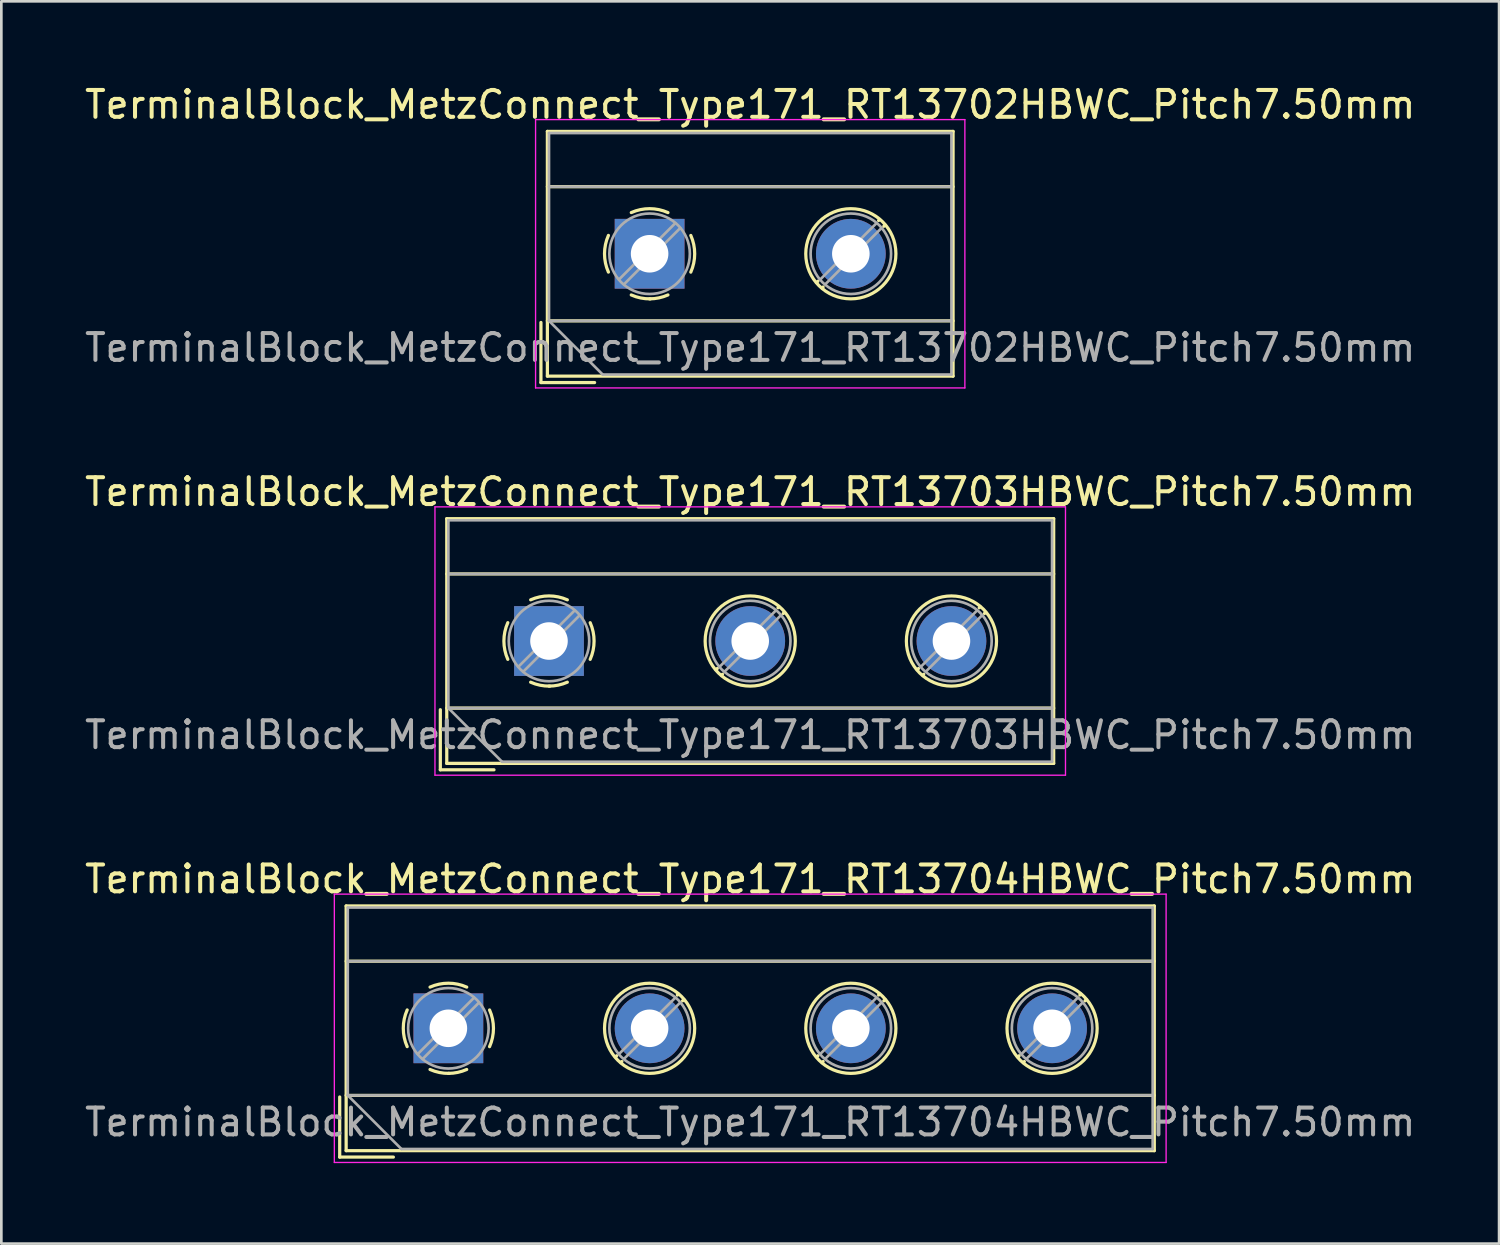
<source format=kicad_pcb>
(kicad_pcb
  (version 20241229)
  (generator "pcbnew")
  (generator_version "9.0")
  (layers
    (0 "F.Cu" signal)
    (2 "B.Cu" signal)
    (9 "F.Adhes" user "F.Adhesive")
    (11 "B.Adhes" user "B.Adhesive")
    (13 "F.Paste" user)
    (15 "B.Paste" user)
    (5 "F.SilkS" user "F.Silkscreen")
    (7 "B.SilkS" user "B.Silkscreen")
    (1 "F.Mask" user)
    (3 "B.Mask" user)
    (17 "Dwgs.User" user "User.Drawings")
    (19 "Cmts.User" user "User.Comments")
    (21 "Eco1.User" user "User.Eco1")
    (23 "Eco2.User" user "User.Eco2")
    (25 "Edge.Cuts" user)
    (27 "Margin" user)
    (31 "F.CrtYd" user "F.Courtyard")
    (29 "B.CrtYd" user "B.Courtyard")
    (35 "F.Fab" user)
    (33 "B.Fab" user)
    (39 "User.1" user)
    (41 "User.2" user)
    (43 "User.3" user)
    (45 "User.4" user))
  (footprint "TerminalBlock_MetzConnect_Type171_RT13704HBWC_Pitch7.50mm"
    (layer "F.Cu")
    (at 13.661 35.275)
    (property "Reference" "TerminalBlock_MetzConnect_Type171_RT13704HBWC_Pitch7.50mm" (at 11.25 -5.56 0) (layer "F.SilkS") (effects (font (size 1 1) (thickness 0.15))))
    (attr through_hole)
    (fp_line (start -4.05 2.56) (end -4.05 4.8) (stroke (width 0.12) (type solid)) (layer "F.SilkS"))
    (fp_line (start -4.05 4.8) (end -2.05 4.8) (stroke (width 0.12) (type solid)) (layer "F.SilkS"))
    (fp_line (start -3.81 -4.56) (end -3.81 4.56) (stroke (width 0.12) (type solid)) (layer "F.SilkS"))
    (fp_line (start -3.81 -2.5) (end 26.31 -2.5) (stroke (width 0.12) (type solid)) (layer "F.SilkS"))
    (fp_line (start -3.81 2.5) (end 26.31 2.5) (stroke (width 0.12) (type solid)) (layer "F.SilkS"))
    (fp_line (start -3.81 4.56) (end 26.31 4.56) (stroke (width 0.12) (type solid)) (layer "F.SilkS"))
    (fp_line (start 6.273 1.023) (end 6.226 1.069) (stroke (width 0.12) (type solid)) (layer "F.SilkS"))
    (fp_line (start 6.466 1.239) (end 6.431 1.274) (stroke (width 0.12) (type solid)) (layer "F.SilkS"))
    (fp_line (start 8.57 -1.275) (end 8.535 -1.239) (stroke (width 0.12) (type solid)) (layer "F.SilkS"))
    (fp_line (start 8.775 -1.069) (end 8.728 -1.023) (stroke (width 0.12) (type solid)) (layer "F.SilkS"))
    (fp_line (start 13.773 1.023) (end 13.726 1.069) (stroke (width 0.12) (type solid)) (layer "F.SilkS"))
    (fp_line (start 13.966 1.239) (end 13.931 1.274) (stroke (width 0.12) (type solid)) (layer "F.SilkS"))
    (fp_line (start 16.07 -1.275) (end 16.035 -1.239) (stroke (width 0.12) (type solid)) (layer "F.SilkS"))
    (fp_line (start 16.275 -1.069) (end 16.228 -1.023) (stroke (width 0.12) (type solid)) (layer "F.SilkS"))
    (fp_line (start 21.273 1.023) (end 21.226 1.069) (stroke (width 0.12) (type solid)) (layer "F.SilkS"))
    (fp_line (start 21.466 1.239) (end 21.431 1.274) (stroke (width 0.12) (type solid)) (layer "F.SilkS"))
    (fp_line (start 23.57 -1.275) (end 23.535 -1.239) (stroke (width 0.12) (type solid)) (layer "F.SilkS"))
    (fp_line (start 23.775 -1.069) (end 23.728 -1.023) (stroke (width 0.12) (type solid)) (layer "F.SilkS"))
    (fp_line (start 26.31 -4.56) (end -3.81 -4.56) (stroke (width 0.12) (type solid)) (layer "F.SilkS"))
    (fp_line (start 26.31 4.56) (end 26.31 -4.56) (stroke (width 0.12) (type solid)) (layer "F.SilkS"))
    (fp_arc (start -1.535427 0.683042) (mid -1.680501 -0.000524) (end -1.535 -0.684) (stroke (width 0.12) (type solid)) (layer "F.SilkS"))
    (fp_arc (start -0.683042 -1.535427) (mid 0.000524 -1.680501) (end 0.684 -1.535) (stroke (width 0.12) (type solid)) (layer "F.SilkS"))
    (fp_arc (start 0.028805 1.680253) (mid -0.335551 1.646659) (end -0.684 1.535) (stroke (width 0.12) (type solid)) (layer "F.SilkS"))
    (fp_arc (start 0.683318 1.534756) (mid 0.349292 1.643288) (end 0 1.68) (stroke (width 0.12) (type solid)) (layer "F.SilkS"))
    (fp_arc (start 1.535427 -0.683042) (mid 1.680501 0.000524) (end 1.535 0.684) (stroke (width 0.12) (type solid)) (layer "F.SilkS"))
    (fp_circle (center 7.5 0) (end 9.18 0) (stroke (width 0.12) (type solid)) (fill no) (layer "F.SilkS"))
    (fp_circle (center 15 0) (end 16.68 0) (stroke (width 0.12) (type solid)) (fill no) (layer "F.SilkS"))
    (fp_circle (center 22.5 0) (end 24.18 0) (stroke (width 0.12) (type solid)) (fill no) (layer "F.SilkS"))
    (fp_line (start -4.25 -5) (end -4.25 5) (stroke (width 0.05) (type solid)) (layer "F.CrtYd"))
    (fp_line (start -4.25 5) (end 26.75 5) (stroke (width 0.05) (type solid)) (layer "F.CrtYd"))
    (fp_line (start 26.75 -5) (end -4.25 -5) (stroke (width 0.05) (type solid)) (layer "F.CrtYd"))
    (fp_line (start 26.75 5) (end 26.75 -5) (stroke (width 0.05) (type solid)) (layer "F.CrtYd"))
    (fp_line (start -3.75 -4.5) (end 26.25 -4.5) (stroke (width 0.1) (type solid)) (layer "F.Fab"))
    (fp_line (start -3.75 -2.5) (end 26.25 -2.5) (stroke (width 0.1) (type solid)) (layer "F.Fab"))
    (fp_line (start -3.75 2.5) (end -3.75 -4.5) (stroke (width 0.1) (type solid)) (layer "F.Fab"))
    (fp_line (start -3.75 2.5) (end 26.25 2.5) (stroke (width 0.1) (type solid)) (layer "F.Fab"))
    (fp_line (start -1.75 4.5) (end -3.75 2.5) (stroke (width 0.1) (type solid)) (layer "F.Fab"))
    (fp_line (start 0.955 -1.138) (end -1.138 0.955) (stroke (width 0.1) (type solid)) (layer "F.Fab"))
    (fp_line (start 1.138 -0.955) (end -0.955 1.138) (stroke (width 0.1) (type solid)) (layer "F.Fab"))
    (fp_line (start 8.455 -1.138) (end 6.363 0.955) (stroke (width 0.1) (type solid)) (layer "F.Fab"))
    (fp_line (start 8.638 -0.955) (end 6.546 1.138) (stroke (width 0.1) (type solid)) (layer "F.Fab"))
    (fp_line (start 15.955 -1.138) (end 13.863 0.955) (stroke (width 0.1) (type solid)) (layer "F.Fab"))
    (fp_line (start 16.138 -0.955) (end 14.046 1.138) (stroke (width 0.1) (type solid)) (layer "F.Fab"))
    (fp_line (start 23.455 -1.138) (end 21.363 0.955) (stroke (width 0.1) (type solid)) (layer "F.Fab"))
    (fp_line (start 23.638 -0.955) (end 21.546 1.138) (stroke (width 0.1) (type solid)) (layer "F.Fab"))
    (fp_line (start 26.25 -4.5) (end 26.25 4.5) (stroke (width 0.1) (type solid)) (layer "F.Fab"))
    (fp_line (start 26.25 4.5) (end -1.75 4.5) (stroke (width 0.1) (type solid)) (layer "F.Fab"))
    (fp_circle (center 0 0) (end 1.5 0) (stroke (width 0.1) (type solid)) (fill no) (layer "F.Fab"))
    (fp_circle (center 7.5 0) (end 9 0) (stroke (width 0.1) (type solid)) (fill no) (layer "F.Fab"))
    (fp_circle (center 15 0) (end 16.5 0) (stroke (width 0.1) (type solid)) (fill no) (layer "F.Fab"))
    (fp_circle (center 22.5 0) (end 24 0) (stroke (width 0.1) (type solid)) (fill no) (layer "F.Fab"))
    (fp_text user "${REFERENCE}" (at 11.25 3.5 0) (layer "F.Fab") (effects (font (size 1 1) (thickness 0.15))))
    (pad "1" thru_hole rect (at 0 0) (size 2.6 2.6) (drill 1.4) (layers "*.Cu" "*.Mask"))
    (pad "2" thru_hole circle (at 7.5 0) (size 2.6 2.6) (drill 1.4) (layers "*.Cu" "*.Mask"))
    (pad "3" thru_hole circle (at 15 0) (size 2.6 2.6) (drill 1.4) (layers "*.Cu" "*.Mask"))
    (pad "4" thru_hole circle (at 22.5 0) (size 2.6 2.6) (drill 1.4) (layers "*.Cu" "*.Mask")))
  (footprint "TerminalBlock_MetzConnect_Type171_RT13702HBWC_Pitch7.50mm"
    (layer "F.Cu")
    (at 21.161 6.408)
    (property "Reference" "TerminalBlock_MetzConnect_Type171_RT13702HBWC_Pitch7.50mm" (at 3.75 -5.56 0) (layer "F.SilkS") (effects (font (size 1 1) (thickness 0.15))))
    (attr through_hole)
    (fp_line (start -4.05 2.56) (end -4.05 4.8) (stroke (width 0.12) (type solid)) (layer "F.SilkS"))
    (fp_line (start -4.05 4.8) (end -2.05 4.8) (stroke (width 0.12) (type solid)) (layer "F.SilkS"))
    (fp_line (start -3.81 -4.56) (end -3.81 4.56) (stroke (width 0.12) (type solid)) (layer "F.SilkS"))
    (fp_line (start -3.81 -2.5) (end 11.31 -2.5) (stroke (width 0.12) (type solid)) (layer "F.SilkS"))
    (fp_line (start -3.81 2.5) (end 11.31 2.5) (stroke (width 0.12) (type solid)) (layer "F.SilkS"))
    (fp_line (start -3.81 4.56) (end 11.31 4.56) (stroke (width 0.12) (type solid)) (layer "F.SilkS"))
    (fp_line (start 6.273 1.023) (end 6.226 1.069) (stroke (width 0.12) (type solid)) (layer "F.SilkS"))
    (fp_line (start 6.466 1.239) (end 6.431 1.274) (stroke (width 0.12) (type solid)) (layer "F.SilkS"))
    (fp_line (start 8.57 -1.275) (end 8.535 -1.239) (stroke (width 0.12) (type solid)) (layer "F.SilkS"))
    (fp_line (start 8.775 -1.069) (end 8.728 -1.023) (stroke (width 0.12) (type solid)) (layer "F.SilkS"))
    (fp_line (start 11.31 -4.56) (end -3.81 -4.56) (stroke (width 0.12) (type solid)) (layer "F.SilkS"))
    (fp_line (start 11.31 4.56) (end 11.31 -4.56) (stroke (width 0.12) (type solid)) (layer "F.SilkS"))
    (fp_arc (start -1.535427 0.683042) (mid -1.680501 -0.000524) (end -1.535 -0.684) (stroke (width 0.12) (type solid)) (layer "F.SilkS"))
    (fp_arc (start -0.683042 -1.535427) (mid 0.000524 -1.680501) (end 0.684 -1.535) (stroke (width 0.12) (type solid)) (layer "F.SilkS"))
    (fp_arc (start 0.028805 1.680253) (mid -0.335551 1.646659) (end -0.684 1.535) (stroke (width 0.12) (type solid)) (layer "F.SilkS"))
    (fp_arc (start 0.683318 1.534756) (mid 0.349292 1.643288) (end 0 1.68) (stroke (width 0.12) (type solid)) (layer "F.SilkS"))
    (fp_arc (start 1.535427 -0.683042) (mid 1.680501 0.000524) (end 1.535 0.684) (stroke (width 0.12) (type solid)) (layer "F.SilkS"))
    (fp_circle (center 7.5 0) (end 9.18 0) (stroke (width 0.12) (type solid)) (fill no) (layer "F.SilkS"))
    (fp_line (start -4.25 -5) (end -4.25 5) (stroke (width 0.05) (type solid)) (layer "F.CrtYd"))
    (fp_line (start -4.25 5) (end 11.75 5) (stroke (width 0.05) (type solid)) (layer "F.CrtYd"))
    (fp_line (start 11.75 -5) (end -4.25 -5) (stroke (width 0.05) (type solid)) (layer "F.CrtYd"))
    (fp_line (start 11.75 5) (end 11.75 -5) (stroke (width 0.05) (type solid)) (layer "F.CrtYd"))
    (fp_line (start -3.75 -4.5) (end 11.25 -4.5) (stroke (width 0.1) (type solid)) (layer "F.Fab"))
    (fp_line (start -3.75 -2.5) (end 11.25 -2.5) (stroke (width 0.1) (type solid)) (layer "F.Fab"))
    (fp_line (start -3.75 2.5) (end -3.75 -4.5) (stroke (width 0.1) (type solid)) (layer "F.Fab"))
    (fp_line (start -3.75 2.5) (end 11.25 2.5) (stroke (width 0.1) (type solid)) (layer "F.Fab"))
    (fp_line (start -1.75 4.5) (end -3.75 2.5) (stroke (width 0.1) (type solid)) (layer "F.Fab"))
    (fp_line (start 0.955 -1.138) (end -1.138 0.955) (stroke (width 0.1) (type solid)) (layer "F.Fab"))
    (fp_line (start 1.138 -0.955) (end -0.955 1.138) (stroke (width 0.1) (type solid)) (layer "F.Fab"))
    (fp_line (start 8.455 -1.138) (end 6.363 0.955) (stroke (width 0.1) (type solid)) (layer "F.Fab"))
    (fp_line (start 8.638 -0.955) (end 6.546 1.138) (stroke (width 0.1) (type solid)) (layer "F.Fab"))
    (fp_line (start 11.25 -4.5) (end 11.25 4.5) (stroke (width 0.1) (type solid)) (layer "F.Fab"))
    (fp_line (start 11.25 4.5) (end -1.75 4.5) (stroke (width 0.1) (type solid)) (layer "F.Fab"))
    (fp_circle (center 0 0) (end 1.5 0) (stroke (width 0.1) (type solid)) (fill no) (layer "F.Fab"))
    (fp_circle (center 7.5 0) (end 9 0) (stroke (width 0.1) (type solid)) (fill no) (layer "F.Fab"))
    (fp_text user "${REFERENCE}" (at 3.75 3.5 0) (layer "F.Fab") (effects (font (size 1 1) (thickness 0.15))))
    (pad "1" thru_hole rect (at 0 0) (size 2.6 2.6) (drill 1.4) (layers "*.Cu" "*.Mask"))
    (pad "2" thru_hole circle (at 7.5 0) (size 2.6 2.6) (drill 1.4) (layers "*.Cu" "*.Mask")))
  (footprint "TerminalBlock_MetzConnect_Type171_RT13703HBWC_Pitch7.50mm"
    (layer "F.Cu")
    (at 17.411 20.841)
    (property "Reference" "TerminalBlock_MetzConnect_Type171_RT13703HBWC_Pitch7.50mm" (at 7.5 -5.56 0) (layer "F.SilkS") (effects (font (size 1 1) (thickness 0.15))))
    (attr through_hole)
    (fp_line (start -4.05 2.56) (end -4.05 4.8) (stroke (width 0.12) (type solid)) (layer "F.SilkS"))
    (fp_line (start -4.05 4.8) (end -2.05 4.8) (stroke (width 0.12) (type solid)) (layer "F.SilkS"))
    (fp_line (start -3.81 -4.56) (end -3.81 4.56) (stroke (width 0.12) (type solid)) (layer "F.SilkS"))
    (fp_line (start -3.81 -2.5) (end 18.81 -2.5) (stroke (width 0.12) (type solid)) (layer "F.SilkS"))
    (fp_line (start -3.81 2.5) (end 18.81 2.5) (stroke (width 0.12) (type solid)) (layer "F.SilkS"))
    (fp_line (start -3.81 4.56) (end 18.81 4.56) (stroke (width 0.12) (type solid)) (layer "F.SilkS"))
    (fp_line (start 6.273 1.023) (end 6.226 1.069) (stroke (width 0.12) (type solid)) (layer "F.SilkS"))
    (fp_line (start 6.466 1.239) (end 6.431 1.274) (stroke (width 0.12) (type solid)) (layer "F.SilkS"))
    (fp_line (start 8.57 -1.275) (end 8.535 -1.239) (stroke (width 0.12) (type solid)) (layer "F.SilkS"))
    (fp_line (start 8.775 -1.069) (end 8.728 -1.023) (stroke (width 0.12) (type solid)) (layer "F.SilkS"))
    (fp_line (start 13.773 1.023) (end 13.726 1.069) (stroke (width 0.12) (type solid)) (layer "F.SilkS"))
    (fp_line (start 13.966 1.239) (end 13.931 1.274) (stroke (width 0.12) (type solid)) (layer "F.SilkS"))
    (fp_line (start 16.07 -1.275) (end 16.035 -1.239) (stroke (width 0.12) (type solid)) (layer "F.SilkS"))
    (fp_line (start 16.275 -1.069) (end 16.228 -1.023) (stroke (width 0.12) (type solid)) (layer "F.SilkS"))
    (fp_line (start 18.81 -4.56) (end -3.81 -4.56) (stroke (width 0.12) (type solid)) (layer "F.SilkS"))
    (fp_line (start 18.81 4.56) (end 18.81 -4.56) (stroke (width 0.12) (type solid)) (layer "F.SilkS"))
    (fp_arc (start -1.535427 0.683042) (mid -1.680501 -0.000524) (end -1.535 -0.684) (stroke (width 0.12) (type solid)) (layer "F.SilkS"))
    (fp_arc (start -0.683042 -1.535427) (mid 0.000524 -1.680501) (end 0.684 -1.535) (stroke (width 0.12) (type solid)) (layer "F.SilkS"))
    (fp_arc (start 0.028805 1.680253) (mid -0.335551 1.646659) (end -0.684 1.535) (stroke (width 0.12) (type solid)) (layer "F.SilkS"))
    (fp_arc (start 0.683318 1.534756) (mid 0.349292 1.643288) (end 0 1.68) (stroke (width 0.12) (type solid)) (layer "F.SilkS"))
    (fp_arc (start 1.535427 -0.683042) (mid 1.680501 0.000524) (end 1.535 0.684) (stroke (width 0.12) (type solid)) (layer "F.SilkS"))
    (fp_circle (center 7.5 0) (end 9.18 0) (stroke (width 0.12) (type solid)) (fill no) (layer "F.SilkS"))
    (fp_circle (center 15 0) (end 16.68 0) (stroke (width 0.12) (type solid)) (fill no) (layer "F.SilkS"))
    (fp_line (start -4.25 -5) (end -4.25 5) (stroke (width 0.05) (type solid)) (layer "F.CrtYd"))
    (fp_line (start -4.25 5) (end 19.25 5) (stroke (width 0.05) (type solid)) (layer "F.CrtYd"))
    (fp_line (start 19.25 -5) (end -4.25 -5) (stroke (width 0.05) (type solid)) (layer "F.CrtYd"))
    (fp_line (start 19.25 5) (end 19.25 -5) (stroke (width 0.05) (type solid)) (layer "F.CrtYd"))
    (fp_line (start -3.75 -4.5) (end 18.75 -4.5) (stroke (width 0.1) (type solid)) (layer "F.Fab"))
    (fp_line (start -3.75 -2.5) (end 18.75 -2.5) (stroke (width 0.1) (type solid)) (layer "F.Fab"))
    (fp_line (start -3.75 2.5) (end -3.75 -4.5) (stroke (width 0.1) (type solid)) (layer "F.Fab"))
    (fp_line (start -3.75 2.5) (end 18.75 2.5) (stroke (width 0.1) (type solid)) (layer "F.Fab"))
    (fp_line (start -1.75 4.5) (end -3.75 2.5) (stroke (width 0.1) (type solid)) (layer "F.Fab"))
    (fp_line (start 0.955 -1.138) (end -1.138 0.955) (stroke (width 0.1) (type solid)) (layer "F.Fab"))
    (fp_line (start 1.138 -0.955) (end -0.955 1.138) (stroke (width 0.1) (type solid)) (layer "F.Fab"))
    (fp_line (start 8.455 -1.138) (end 6.363 0.955) (stroke (width 0.1) (type solid)) (layer "F.Fab"))
    (fp_line (start 8.638 -0.955) (end 6.546 1.138) (stroke (width 0.1) (type solid)) (layer "F.Fab"))
    (fp_line (start 15.955 -1.138) (end 13.863 0.955) (stroke (width 0.1) (type solid)) (layer "F.Fab"))
    (fp_line (start 16.138 -0.955) (end 14.046 1.138) (stroke (width 0.1) (type solid)) (layer "F.Fab"))
    (fp_line (start 18.75 -4.5) (end 18.75 4.5) (stroke (width 0.1) (type solid)) (layer "F.Fab"))
    (fp_line (start 18.75 4.5) (end -1.75 4.5) (stroke (width 0.1) (type solid)) (layer "F.Fab"))
    (fp_circle (center 0 0) (end 1.5 0) (stroke (width 0.1) (type solid)) (fill no) (layer "F.Fab"))
    (fp_circle (center 7.5 0) (end 9 0) (stroke (width 0.1) (type solid)) (fill no) (layer "F.Fab"))
    (fp_circle (center 15 0) (end 16.5 0) (stroke (width 0.1) (type solid)) (fill no) (layer "F.Fab"))
    (fp_text user "${REFERENCE}" (at 7.5 3.5 0) (layer "F.Fab") (effects (font (size 1 1) (thickness 0.15))))
    (pad "1" thru_hole rect (at 0 0) (size 2.6 2.6) (drill 1.4) (layers "*.Cu" "*.Mask"))
    (pad "2" thru_hole circle (at 7.5 0) (size 2.6 2.6) (drill 1.4) (layers "*.Cu" "*.Mask"))
    (pad "3" thru_hole circle (at 15 0) (size 2.6 2.6) (drill 1.4) (layers "*.Cu" "*.Mask")))
  (gr_rect
    (start -3 -3)
    (end 52.821 43.3)
    (stroke (width 0.1) (type default))
    (fill no)
    (layer "Edge.Cuts")))
</source>
